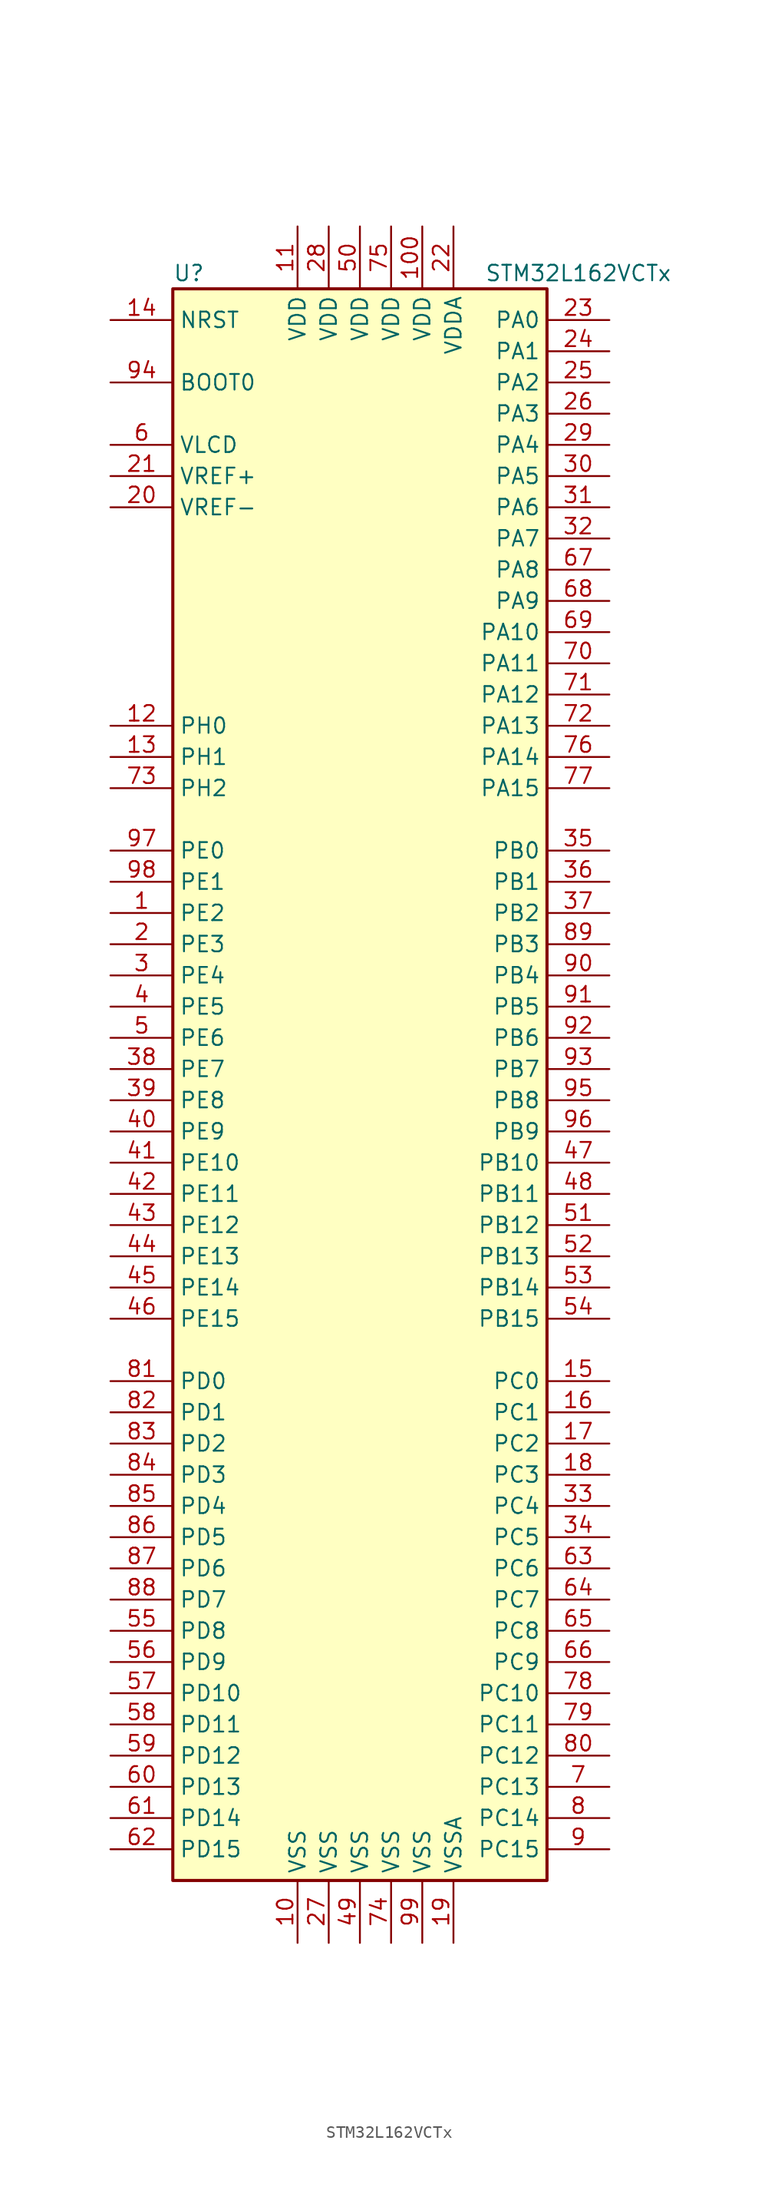
<source format=kicad_sym>
(kicad_symbol_lib
  (version 20201005)
  (generator kicad_symbol_editor)
  (symbol "MCU_ST_STM32L1:STM32L162VCTx"
    (property "Reference" "U"
      (at -15.24 64.77 0)
      (effects (font (size 1.27 1.27)) (justify left)))
    (property "Value" "STM32L162VCTx"
      (at 10.16 64.77 0)
      (effects (font (size 1.27 1.27)) (justify left)))
    (symbol "STM32L162VCTx_0_1"
      (rectangle (start -15.24 -66.04) (end 15.24 63.5) (stroke (width 0.254)) (fill (type background))))
    (symbol "STM32L162VCTx_1_1"
      (pin input line (at -20.32 55.88 0) (length 5.08) (name "BOOT0" (effects (font (size 1.27 1.27)))) (number "94" (effects (font (size 1.27 1.27)))))
      (pin input line (at -20.32 60.96 0) (length 5.08) (name "NRST" (effects (font (size 1.27 1.27)))) (number "14" (effects (font (size 1.27 1.27)))))
      (pin bidirectional line (at 20.32 60.96 180) (length 5.08) (name "PA0" (effects (font (size 1.27 1.27)))) (number "23" (effects (font (size 1.27 1.27)))))
      (pin bidirectional line (at 20.32 58.42 180) (length 5.08) (name "PA1" (effects (font (size 1.27 1.27)))) (number "24" (effects (font (size 1.27 1.27)))))
      (pin bidirectional line (at 20.32 35.56 180) (length 5.08) (name "PA10" (effects (font (size 1.27 1.27)))) (number "69" (effects (font (size 1.27 1.27)))))
      (pin bidirectional line (at 20.32 33.02 180) (length 5.08) (name "PA11" (effects (font (size 1.27 1.27)))) (number "70" (effects (font (size 1.27 1.27)))))
      (pin bidirectional line (at 20.32 30.48 180) (length 5.08) (name "PA12" (effects (font (size 1.27 1.27)))) (number "71" (effects (font (size 1.27 1.27)))))
      (pin bidirectional line (at 20.32 27.94 180) (length 5.08) (name "PA13" (effects (font (size 1.27 1.27)))) (number "72" (effects (font (size 1.27 1.27)))))
      (pin bidirectional line (at 20.32 25.4 180) (length 5.08) (name "PA14" (effects (font (size 1.27 1.27)))) (number "76" (effects (font (size 1.27 1.27)))))
      (pin bidirectional line (at 20.32 22.86 180) (length 5.08) (name "PA15" (effects (font (size 1.27 1.27)))) (number "77" (effects (font (size 1.27 1.27)))))
      (pin bidirectional line (at 20.32 55.88 180) (length 5.08) (name "PA2" (effects (font (size 1.27 1.27)))) (number "25" (effects (font (size 1.27 1.27)))))
      (pin bidirectional line (at 20.32 53.34 180) (length 5.08) (name "PA3" (effects (font (size 1.27 1.27)))) (number "26" (effects (font (size 1.27 1.27)))))
      (pin bidirectional line (at 20.32 50.8 180) (length 5.08) (name "PA4" (effects (font (size 1.27 1.27)))) (number "29" (effects (font (size 1.27 1.27)))))
      (pin bidirectional line (at 20.32 48.26 180) (length 5.08) (name "PA5" (effects (font (size 1.27 1.27)))) (number "30" (effects (font (size 1.27 1.27)))))
      (pin bidirectional line (at 20.32 45.72 180) (length 5.08) (name "PA6" (effects (font (size 1.27 1.27)))) (number "31" (effects (font (size 1.27 1.27)))))
      (pin bidirectional line (at 20.32 43.18 180) (length 5.08) (name "PA7" (effects (font (size 1.27 1.27)))) (number "32" (effects (font (size 1.27 1.27)))))
      (pin bidirectional line (at 20.32 40.64 180) (length 5.08) (name "PA8" (effects (font (size 1.27 1.27)))) (number "67" (effects (font (size 1.27 1.27)))))
      (pin bidirectional line (at 20.32 38.1 180) (length 5.08) (name "PA9" (effects (font (size 1.27 1.27)))) (number "68" (effects (font (size 1.27 1.27)))))
      (pin bidirectional line (at 20.32 17.78 180) (length 5.08) (name "PB0" (effects (font (size 1.27 1.27)))) (number "35" (effects (font (size 1.27 1.27)))))
      (pin bidirectional line (at 20.32 15.24 180) (length 5.08) (name "PB1" (effects (font (size 1.27 1.27)))) (number "36" (effects (font (size 1.27 1.27)))))
      (pin bidirectional line (at 20.32 -7.62 180) (length 5.08) (name "PB10" (effects (font (size 1.27 1.27)))) (number "47" (effects (font (size 1.27 1.27)))))
      (pin bidirectional line (at 20.32 -10.16 180) (length 5.08) (name "PB11" (effects (font (size 1.27 1.27)))) (number "48" (effects (font (size 1.27 1.27)))))
      (pin bidirectional line (at 20.32 -12.7 180) (length 5.08) (name "PB12" (effects (font (size 1.27 1.27)))) (number "51" (effects (font (size 1.27 1.27)))))
      (pin bidirectional line (at 20.32 -15.24 180) (length 5.08) (name "PB13" (effects (font (size 1.27 1.27)))) (number "52" (effects (font (size 1.27 1.27)))))
      (pin bidirectional line (at 20.32 -17.78 180) (length 5.08) (name "PB14" (effects (font (size 1.27 1.27)))) (number "53" (effects (font (size 1.27 1.27)))))
      (pin bidirectional line (at 20.32 -20.32 180) (length 5.08) (name "PB15" (effects (font (size 1.27 1.27)))) (number "54" (effects (font (size 1.27 1.27)))))
      (pin bidirectional line (at 20.32 12.7 180) (length 5.08) (name "PB2" (effects (font (size 1.27 1.27)))) (number "37" (effects (font (size 1.27 1.27)))))
      (pin bidirectional line (at 20.32 10.16 180) (length 5.08) (name "PB3" (effects (font (size 1.27 1.27)))) (number "89" (effects (font (size 1.27 1.27)))))
      (pin bidirectional line (at 20.32 7.62 180) (length 5.08) (name "PB4" (effects (font (size 1.27 1.27)))) (number "90" (effects (font (size 1.27 1.27)))))
      (pin bidirectional line (at 20.32 5.08 180) (length 5.08) (name "PB5" (effects (font (size 1.27 1.27)))) (number "91" (effects (font (size 1.27 1.27)))))
      (pin bidirectional line (at 20.32 2.54 180) (length 5.08) (name "PB6" (effects (font (size 1.27 1.27)))) (number "92" (effects (font (size 1.27 1.27)))))
      (pin bidirectional line (at 20.32 0 180) (length 5.08) (name "PB7" (effects (font (size 1.27 1.27)))) (number "93" (effects (font (size 1.27 1.27)))))
      (pin bidirectional line (at 20.32 -2.54 180) (length 5.08) (name "PB8" (effects (font (size 1.27 1.27)))) (number "95" (effects (font (size 1.27 1.27)))))
      (pin bidirectional line (at 20.32 -5.08 180) (length 5.08) (name "PB9" (effects (font (size 1.27 1.27)))) (number "96" (effects (font (size 1.27 1.27)))))
      (pin bidirectional line (at 20.32 -25.4 180) (length 5.08) (name "PC0" (effects (font (size 1.27 1.27)))) (number "15" (effects (font (size 1.27 1.27)))))
      (pin bidirectional line (at 20.32 -27.94 180) (length 5.08) (name "PC1" (effects (font (size 1.27 1.27)))) (number "16" (effects (font (size 1.27 1.27)))))
      (pin bidirectional line (at 20.32 -50.8 180) (length 5.08) (name "PC10" (effects (font (size 1.27 1.27)))) (number "78" (effects (font (size 1.27 1.27)))))
      (pin bidirectional line (at 20.32 -53.34 180) (length 5.08) (name "PC11" (effects (font (size 1.27 1.27)))) (number "79" (effects (font (size 1.27 1.27)))))
      (pin bidirectional line (at 20.32 -55.88 180) (length 5.08) (name "PC12" (effects (font (size 1.27 1.27)))) (number "80" (effects (font (size 1.27 1.27)))))
      (pin bidirectional line (at 20.32 -58.42 180) (length 5.08) (name "PC13" (effects (font (size 1.27 1.27)))) (number "7" (effects (font (size 1.27 1.27)))))
      (pin bidirectional line (at 20.32 -60.96 180) (length 5.08) (name "PC14" (effects (font (size 1.27 1.27)))) (number "8" (effects (font (size 1.27 1.27)))))
      (pin bidirectional line (at 20.32 -63.5 180) (length 5.08) (name "PC15" (effects (font (size 1.27 1.27)))) (number "9" (effects (font (size 1.27 1.27)))))
      (pin bidirectional line (at 20.32 -30.48 180) (length 5.08) (name "PC2" (effects (font (size 1.27 1.27)))) (number "17" (effects (font (size 1.27 1.27)))))
      (pin bidirectional line (at 20.32 -33.02 180) (length 5.08) (name "PC3" (effects (font (size 1.27 1.27)))) (number "18" (effects (font (size 1.27 1.27)))))
      (pin bidirectional line (at 20.32 -35.56 180) (length 5.08) (name "PC4" (effects (font (size 1.27 1.27)))) (number "33" (effects (font (size 1.27 1.27)))))
      (pin bidirectional line (at 20.32 -38.1 180) (length 5.08) (name "PC5" (effects (font (size 1.27 1.27)))) (number "34" (effects (font (size 1.27 1.27)))))
      (pin bidirectional line (at 20.32 -40.64 180) (length 5.08) (name "PC6" (effects (font (size 1.27 1.27)))) (number "63" (effects (font (size 1.27 1.27)))))
      (pin bidirectional line (at 20.32 -43.18 180) (length 5.08) (name "PC7" (effects (font (size 1.27 1.27)))) (number "64" (effects (font (size 1.27 1.27)))))
      (pin bidirectional line (at 20.32 -45.72 180) (length 5.08) (name "PC8" (effects (font (size 1.27 1.27)))) (number "65" (effects (font (size 1.27 1.27)))))
      (pin bidirectional line (at 20.32 -48.26 180) (length 5.08) (name "PC9" (effects (font (size 1.27 1.27)))) (number "66" (effects (font (size 1.27 1.27)))))
      (pin bidirectional line (at -20.32 -25.4 0) (length 5.08) (name "PD0" (effects (font (size 1.27 1.27)))) (number "81" (effects (font (size 1.27 1.27)))))
      (pin bidirectional line (at -20.32 -27.94 0) (length 5.08) (name "PD1" (effects (font (size 1.27 1.27)))) (number "82" (effects (font (size 1.27 1.27)))))
      (pin bidirectional line (at -20.32 -50.8 0) (length 5.08) (name "PD10" (effects (font (size 1.27 1.27)))) (number "57" (effects (font (size 1.27 1.27)))))
      (pin bidirectional line (at -20.32 -53.34 0) (length 5.08) (name "PD11" (effects (font (size 1.27 1.27)))) (number "58" (effects (font (size 1.27 1.27)))))
      (pin bidirectional line (at -20.32 -55.88 0) (length 5.08) (name "PD12" (effects (font (size 1.27 1.27)))) (number "59" (effects (font (size 1.27 1.27)))))
      (pin bidirectional line (at -20.32 -58.42 0) (length 5.08) (name "PD13" (effects (font (size 1.27 1.27)))) (number "60" (effects (font (size 1.27 1.27)))))
      (pin bidirectional line (at -20.32 -60.96 0) (length 5.08) (name "PD14" (effects (font (size 1.27 1.27)))) (number "61" (effects (font (size 1.27 1.27)))))
      (pin bidirectional line (at -20.32 -63.5 0) (length 5.08) (name "PD15" (effects (font (size 1.27 1.27)))) (number "62" (effects (font (size 1.27 1.27)))))
      (pin bidirectional line (at -20.32 -30.48 0) (length 5.08) (name "PD2" (effects (font (size 1.27 1.27)))) (number "83" (effects (font (size 1.27 1.27)))))
      (pin bidirectional line (at -20.32 -33.02 0) (length 5.08) (name "PD3" (effects (font (size 1.27 1.27)))) (number "84" (effects (font (size 1.27 1.27)))))
      (pin bidirectional line (at -20.32 -35.56 0) (length 5.08) (name "PD4" (effects (font (size 1.27 1.27)))) (number "85" (effects (font (size 1.27 1.27)))))
      (pin bidirectional line (at -20.32 -38.1 0) (length 5.08) (name "PD5" (effects (font (size 1.27 1.27)))) (number "86" (effects (font (size 1.27 1.27)))))
      (pin bidirectional line (at -20.32 -40.64 0) (length 5.08) (name "PD6" (effects (font (size 1.27 1.27)))) (number "87" (effects (font (size 1.27 1.27)))))
      (pin bidirectional line (at -20.32 -43.18 0) (length 5.08) (name "PD7" (effects (font (size 1.27 1.27)))) (number "88" (effects (font (size 1.27 1.27)))))
      (pin bidirectional line (at -20.32 -45.72 0) (length 5.08) (name "PD8" (effects (font (size 1.27 1.27)))) (number "55" (effects (font (size 1.27 1.27)))))
      (pin bidirectional line (at -20.32 -48.26 0) (length 5.08) (name "PD9" (effects (font (size 1.27 1.27)))) (number "56" (effects (font (size 1.27 1.27)))))
      (pin bidirectional line (at -20.32 17.78 0) (length 5.08) (name "PE0" (effects (font (size 1.27 1.27)))) (number "97" (effects (font (size 1.27 1.27)))))
      (pin bidirectional line (at -20.32 15.24 0) (length 5.08) (name "PE1" (effects (font (size 1.27 1.27)))) (number "98" (effects (font (size 1.27 1.27)))))
      (pin bidirectional line (at -20.32 -7.62 0) (length 5.08) (name "PE10" (effects (font (size 1.27 1.27)))) (number "41" (effects (font (size 1.27 1.27)))))
      (pin bidirectional line (at -20.32 -10.16 0) (length 5.08) (name "PE11" (effects (font (size 1.27 1.27)))) (number "42" (effects (font (size 1.27 1.27)))))
      (pin bidirectional line (at -20.32 -12.7 0) (length 5.08) (name "PE12" (effects (font (size 1.27 1.27)))) (number "43" (effects (font (size 1.27 1.27)))))
      (pin bidirectional line (at -20.32 -15.24 0) (length 5.08) (name "PE13" (effects (font (size 1.27 1.27)))) (number "44" (effects (font (size 1.27 1.27)))))
      (pin bidirectional line (at -20.32 -17.78 0) (length 5.08) (name "PE14" (effects (font (size 1.27 1.27)))) (number "45" (effects (font (size 1.27 1.27)))))
      (pin bidirectional line (at -20.32 -20.32 0) (length 5.08) (name "PE15" (effects (font (size 1.27 1.27)))) (number "46" (effects (font (size 1.27 1.27)))))
      (pin bidirectional line (at -20.32 12.7 0) (length 5.08) (name "PE2" (effects (font (size 1.27 1.27)))) (number "1" (effects (font (size 1.27 1.27)))))
      (pin bidirectional line (at -20.32 10.16 0) (length 5.08) (name "PE3" (effects (font (size 1.27 1.27)))) (number "2" (effects (font (size 1.27 1.27)))))
      (pin bidirectional line (at -20.32 7.62 0) (length 5.08) (name "PE4" (effects (font (size 1.27 1.27)))) (number "3" (effects (font (size 1.27 1.27)))))
      (pin bidirectional line (at -20.32 5.08 0) (length 5.08) (name "PE5" (effects (font (size 1.27 1.27)))) (number "4" (effects (font (size 1.27 1.27)))))
      (pin bidirectional line (at -20.32 2.54 0) (length 5.08) (name "PE6" (effects (font (size 1.27 1.27)))) (number "5" (effects (font (size 1.27 1.27)))))
      (pin bidirectional line (at -20.32 0 0) (length 5.08) (name "PE7" (effects (font (size 1.27 1.27)))) (number "38" (effects (font (size 1.27 1.27)))))
      (pin bidirectional line (at -20.32 -2.54 0) (length 5.08) (name "PE8" (effects (font (size 1.27 1.27)))) (number "39" (effects (font (size 1.27 1.27)))))
      (pin bidirectional line (at -20.32 -5.08 0) (length 5.08) (name "PE9" (effects (font (size 1.27 1.27)))) (number "40" (effects (font (size 1.27 1.27)))))
      (pin input line (at -20.32 27.94 0) (length 5.08) (name "PH0" (effects (font (size 1.27 1.27)))) (number "12" (effects (font (size 1.27 1.27)))))
      (pin input line (at -20.32 25.4 0) (length 5.08) (name "PH1" (effects (font (size 1.27 1.27)))) (number "13" (effects (font (size 1.27 1.27)))))
      (pin bidirectional line (at -20.32 22.86 0) (length 5.08) (name "PH2" (effects (font (size 1.27 1.27)))) (number "73" (effects (font (size 1.27 1.27)))))
      (pin power_in line (at 5.08 68.58 270) (length 5.08) (name "VDD" (effects (font (size 1.27 1.27)))) (number "100" (effects (font (size 1.27 1.27)))))
      (pin power_in line (at -5.08 68.58 270) (length 5.08) (name "VDD" (effects (font (size 1.27 1.27)))) (number "11" (effects (font (size 1.27 1.27)))))
      (pin power_in line (at -2.54 68.58 270) (length 5.08) (name "VDD" (effects (font (size 1.27 1.27)))) (number "28" (effects (font (size 1.27 1.27)))))
      (pin power_in line (at 0 68.58 270) (length 5.08) (name "VDD" (effects (font (size 1.27 1.27)))) (number "50" (effects (font (size 1.27 1.27)))))
      (pin power_in line (at 2.54 68.58 270) (length 5.08) (name "VDD" (effects (font (size 1.27 1.27)))) (number "75" (effects (font (size 1.27 1.27)))))
      (pin power_in line (at 7.62 68.58 270) (length 5.08) (name "VDDA" (effects (font (size 1.27 1.27)))) (number "22" (effects (font (size 1.27 1.27)))))
      (pin power_in line (at -20.32 50.8 0) (length 5.08) (name "VLCD" (effects (font (size 1.27 1.27)))) (number "6" (effects (font (size 1.27 1.27)))))
      (pin power_in line (at -20.32 48.26 0) (length 5.08) (name "VREF+" (effects (font (size 1.27 1.27)))) (number "21" (effects (font (size 1.27 1.27)))))
      (pin power_in line (at -20.32 45.72 0) (length 5.08) (name "VREF-" (effects (font (size 1.27 1.27)))) (number "20" (effects (font (size 1.27 1.27)))))
      (pin power_in line (at -5.08 -71.12 90) (length 5.08) (name "VSS" (effects (font (size 1.27 1.27)))) (number "10" (effects (font (size 1.27 1.27)))))
      (pin power_in line (at -2.54 -71.12 90) (length 5.08) (name "VSS" (effects (font (size 1.27 1.27)))) (number "27" (effects (font (size 1.27 1.27)))))
      (pin power_in line (at 0 -71.12 90) (length 5.08) (name "VSS" (effects (font (size 1.27 1.27)))) (number "49" (effects (font (size 1.27 1.27)))))
      (pin power_in line (at 2.54 -71.12 90) (length 5.08) (name "VSS" (effects (font (size 1.27 1.27)))) (number "74" (effects (font (size 1.27 1.27)))))
      (pin power_in line (at 5.08 -71.12 90) (length 5.08) (name "VSS" (effects (font (size 1.27 1.27)))) (number "99" (effects (font (size 1.27 1.27)))))
      (pin power_in line (at 7.62 -71.12 90) (length 5.08) (name "VSSA" (effects (font (size 1.27 1.27)))) (number "19" (effects (font (size 1.27 1.27))))))))
</source>
